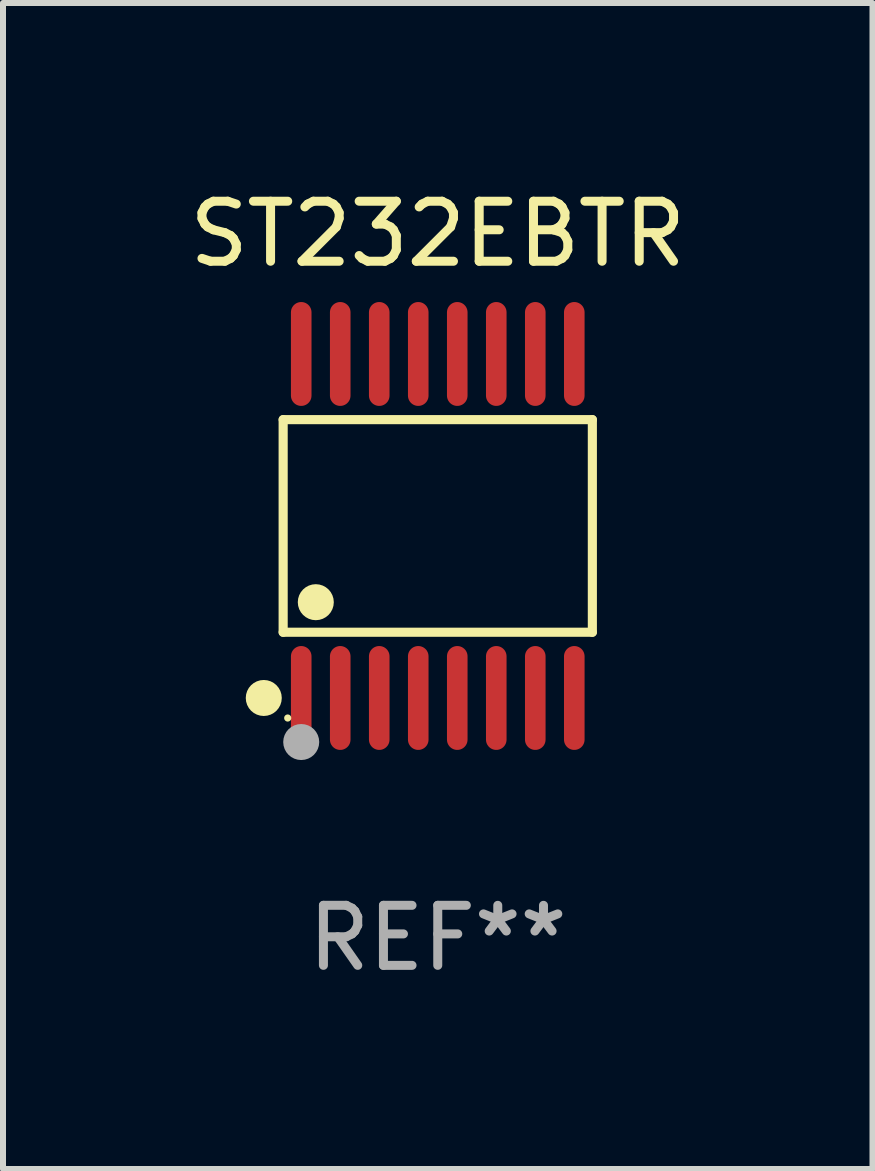
<source format=kicad_pcb>
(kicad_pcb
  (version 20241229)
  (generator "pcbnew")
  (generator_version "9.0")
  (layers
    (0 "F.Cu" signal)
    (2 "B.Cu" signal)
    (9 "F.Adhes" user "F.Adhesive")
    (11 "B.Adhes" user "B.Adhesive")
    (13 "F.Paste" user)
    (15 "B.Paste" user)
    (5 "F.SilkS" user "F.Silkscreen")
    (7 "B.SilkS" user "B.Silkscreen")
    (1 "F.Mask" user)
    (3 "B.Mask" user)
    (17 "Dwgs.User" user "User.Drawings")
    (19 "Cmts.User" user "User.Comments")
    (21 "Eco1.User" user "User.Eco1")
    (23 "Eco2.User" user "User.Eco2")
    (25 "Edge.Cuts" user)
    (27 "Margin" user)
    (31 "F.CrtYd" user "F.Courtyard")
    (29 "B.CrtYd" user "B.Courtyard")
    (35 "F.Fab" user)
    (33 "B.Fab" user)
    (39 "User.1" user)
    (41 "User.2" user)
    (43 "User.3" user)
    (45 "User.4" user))
  (footprint "ST232EBTR"
    (layer "F.Cu")
    (at 4.244 5.714)
    (property "Reference" "ST232EBTR" (at 0 -4.866 0) (layer "F.SilkS") (effects (font (size 1 1) (thickness 0.15))))
    (attr through_hole)
    (fp_line (start -2.576 -1.772) (end 2.576 -1.772) (stroke (width 0.152) (type solid)) (layer "F.SilkS"))
    (fp_line (start -2.576 1.771) (end -2.576 -1.772) (stroke (width 0.152) (type solid)) (layer "F.SilkS"))
    (fp_line (start 2.576 -1.772) (end 2.576 1.771) (stroke (width 0.152) (type solid)) (layer "F.SilkS"))
    (fp_line (start 2.576 1.771) (end -2.576 1.771) (stroke (width 0.152) (type solid)) (layer "F.SilkS"))
    (fp_circle (center -2.899 2.866) (end -2.749 2.866) (stroke (width 0.3) (type solid)) (fill no) (layer "F.SilkS"))
    (fp_circle (center -2.5 3.2) (end -2.47 3.2) (stroke (width 0.06) (type solid)) (fill no) (layer "F.SilkS"))
    (fp_circle (center -2.032 1.27) (end -1.882 1.27) (stroke (width 0.3) (type solid)) (fill no) (layer "F.SilkS"))
    (fp_circle (center -2.275 3.6) (end -2.125 3.6) (stroke (width 0.3) (type solid)) (fill no) (layer "F.Fab"))
    (fp_text user "REF**" (at 0 6.866 0) (layer "F.Fab") (effects (font (size 1 1) (thickness 0.15))))
    (pad "1" smd oval (at -2.275 2.866) (size 0.343 1.731) (layers "F.Cu" "F.Mask" "F.Paste"))
    (pad "2" smd oval (at -1.625 2.866) (size 0.343 1.731) (layers "F.Cu" "F.Mask" "F.Paste"))
    (pad "3" smd oval (at -0.975 2.866) (size 0.343 1.731) (layers "F.Cu" "F.Mask" "F.Paste"))
    (pad "4" smd oval (at -0.325 2.866) (size 0.343 1.731) (layers "F.Cu" "F.Mask" "F.Paste"))
    (pad "5" smd oval (at 0.325 2.866) (size 0.343 1.731) (layers "F.Cu" "F.Mask" "F.Paste"))
    (pad "6" smd oval (at 0.975 2.866) (size 0.343 1.731) (layers "F.Cu" "F.Mask" "F.Paste"))
    (pad "7" smd oval (at 1.625 2.866) (size 0.343 1.731) (layers "F.Cu" "F.Mask" "F.Paste"))
    (pad "8" smd oval (at 2.275 2.866) (size 0.343 1.731) (layers "F.Cu" "F.Mask" "F.Paste"))
    (pad "9" smd oval (at 2.275 -2.866) (size 0.343 1.731) (layers "F.Cu" "F.Mask" "F.Paste"))
    (pad "10" smd oval (at 1.625 -2.866) (size 0.343 1.731) (layers "F.Cu" "F.Mask" "F.Paste"))
    (pad "11" smd oval (at 0.975 -2.866) (size 0.343 1.731) (layers "F.Cu" "F.Mask" "F.Paste"))
    (pad "12" smd oval (at 0.325 -2.866) (size 0.343 1.731) (layers "F.Cu" "F.Mask" "F.Paste"))
    (pad "13" smd oval (at -0.325 -2.866) (size 0.343 1.731) (layers "F.Cu" "F.Mask" "F.Paste"))
    (pad "14" smd oval (at -0.975 -2.866) (size 0.343 1.731) (layers "F.Cu" "F.Mask" "F.Paste"))
    (pad "15" smd oval (at -1.625 -2.866) (size 0.343 1.731) (layers "F.Cu" "F.Mask" "F.Paste"))
    (pad "16" smd oval (at -2.275 -2.866) (size 0.343 1.731) (layers "F.Cu" "F.Mask" "F.Paste")))
  (gr_rect
    (start -3 -3)
    (end 11.488 16.428)
    (stroke (width 0.1) (type default))
    (fill no)
    (layer "Edge.Cuts")))
</source>
